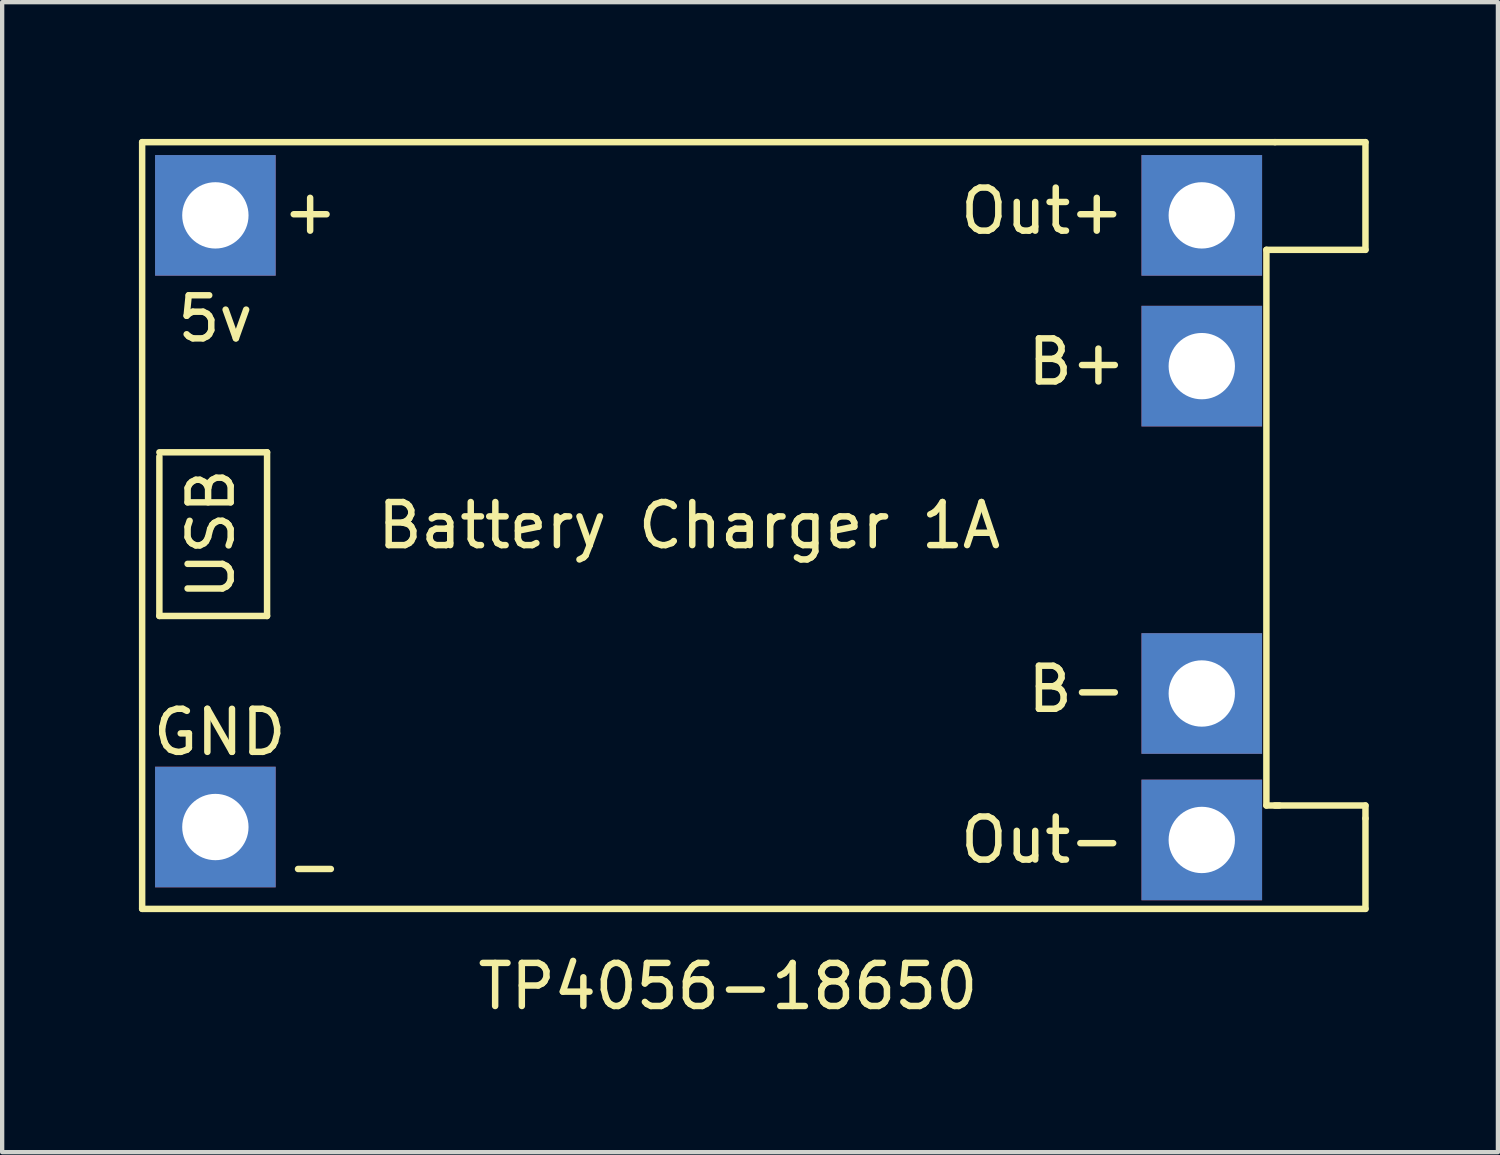
<source format=kicad_pcb>
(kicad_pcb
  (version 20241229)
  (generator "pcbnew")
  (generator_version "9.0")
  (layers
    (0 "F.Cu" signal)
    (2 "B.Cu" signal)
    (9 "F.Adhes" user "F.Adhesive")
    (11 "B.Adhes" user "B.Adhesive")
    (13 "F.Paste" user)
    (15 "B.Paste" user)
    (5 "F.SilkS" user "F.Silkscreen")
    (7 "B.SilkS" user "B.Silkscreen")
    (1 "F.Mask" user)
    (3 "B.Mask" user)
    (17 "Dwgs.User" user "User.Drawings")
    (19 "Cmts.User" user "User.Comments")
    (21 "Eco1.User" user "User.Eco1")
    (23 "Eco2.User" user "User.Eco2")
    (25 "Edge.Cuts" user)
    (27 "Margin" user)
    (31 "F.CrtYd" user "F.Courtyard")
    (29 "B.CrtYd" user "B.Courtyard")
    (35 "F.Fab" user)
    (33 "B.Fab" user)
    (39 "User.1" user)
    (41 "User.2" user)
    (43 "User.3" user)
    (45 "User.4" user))
  (footprint "TP4056-18650"
    (layer "F.Cu")
    (at 0.25 0.25)
    (property "Reference" "TP4056-18650" (at 13.6 19.6 0) (layer "F.SilkS") (effects (font (size 1 1) (thickness 0.15))))
    (attr through_hole)
    (fp_line (start 0 0) (end 26.3 0) (stroke (width 0.15) (type solid)) (layer "F.SilkS"))
    (fp_line (start 0 17.8) (end 0 0) (stroke (width 0.15) (type solid)) (layer "F.SilkS"))
    (fp_line (start 0.4 7.2) (end 2.9 7.2) (stroke (width 0.15) (type solid)) (layer "F.SilkS"))
    (fp_line (start 0.4 11) (end 0.4 7.3) (stroke (width 0.15) (type solid)) (layer "F.SilkS"))
    (fp_line (start 2.9 7.2) (end 2.9 11) (stroke (width 0.15) (type solid)) (layer "F.SilkS"))
    (fp_line (start 2.9 11) (end 0.4 11) (stroke (width 0.15) (type solid)) (layer "F.SilkS"))
    (fp_line (start 26.1 2.5) (end 26.1 15.4) (stroke (width 0.15) (type solid)) (layer "F.SilkS"))
    (fp_line (start 26.1 15.4) (end 26.4 15.4) (stroke (width 0.15) (type solid)) (layer "F.SilkS"))
    (fp_line (start 26.3 0) (end 28.4 0) (stroke (width 0.15) (type solid)) (layer "F.SilkS"))
    (fp_line (start 26.3 15.4) (end 28.4 15.4) (stroke (width 0.15) (type solid)) (layer "F.SilkS"))
    (fp_line (start 28.4 0) (end 28.4 2.5) (stroke (width 0.15) (type solid)) (layer "F.SilkS"))
    (fp_line (start 28.4 2.5) (end 26.1 2.5) (stroke (width 0.15) (type solid)) (layer "F.SilkS"))
    (fp_line (start 28.4 15.4) (end 28.4 15.7) (stroke (width 0.15) (type solid)) (layer "F.SilkS"))
    (fp_line (start 28.4 15.7) (end 28.4 17.8) (stroke (width 0.15) (type solid)) (layer "F.SilkS"))
    (fp_line (start 28.4 17.8) (end 0 17.8) (stroke (width 0.15) (type solid)) (layer "F.SilkS"))
    (fp_text user "Out-" (at 20.9 16.2 0) (layer "F.SilkS") (effects (font (size 1 1) (thickness 0.15))))
    (fp_text user "+" (at 3.9 1.6 0) (layer "F.SilkS") (effects (font (size 1 1) (thickness 0.15))))
    (fp_text user "GND" (at 1.8 13.7 0) (layer "F.SilkS") (effects (font (size 1 1) (thickness 0.15))))
    (fp_text user "Battery Charger 1A" (at 12.7 8.9 0) (layer "F.SilkS") (effects (font (size 1 1) (thickness 0.15))))
    (fp_text user "5v" (at 1.7 4.1 0) (layer "F.SilkS") (effects (font (size 1 1) (thickness 0.15))))
    (fp_text user "B+" (at 21.7 5.1 0) (layer "F.SilkS") (effects (font (size 1 1) (thickness 0.15))))
    (fp_text user "Out+" (at 20.9 1.6 0) (layer "F.SilkS") (effects (font (size 1 1) (thickness 0.15))))
    (fp_text user "B-" (at 21.7 12.7 0) (layer "F.SilkS") (effects (font (size 1 1) (thickness 0.15))))
    (fp_text user "-" (at 4 16.8 0) (layer "F.SilkS") (effects (font (size 1 1) (thickness 0.15))))
    (fp_text user "USB" (at 1.6 9.1 90) (layer "F.SilkS") (effects (font (size 1 1) (thickness 0.15))))
    (pad "1" thru_hole rect (at 1.7 1.7) (size 2.8 2.8) (drill 1.54) (layers "*.Cu" "*.Mask"))
    (pad "2" thru_hole rect (at 1.7 15.9) (size 2.8 2.8) (drill 1.54) (layers "*.Cu" "*.Mask"))
    (pad "3" thru_hole rect (at 24.6 1.7) (size 2.8 2.8) (drill 1.54) (layers "*.Cu" "*.Mask"))
    (pad "4" thru_hole rect (at 24.6 16.2) (size 2.8 2.8) (drill 1.54) (layers "*.Cu" "*.Mask"))
    (pad "5" thru_hole rect (at 24.6 5.2) (size 2.8 2.8) (drill 1.54) (layers "*.Cu" "*.Mask"))
    (pad "6" thru_hole rect (at 24.6 12.8) (size 2.8 2.8) (drill 1.54) (layers "*.Cu" "*.Mask")))
  (gr_rect
    (start -3 -3)
    (end 31.725 23.698)
    (stroke (width 0.1) (type default))
    (fill no)
    (layer "Edge.Cuts")))
</source>
